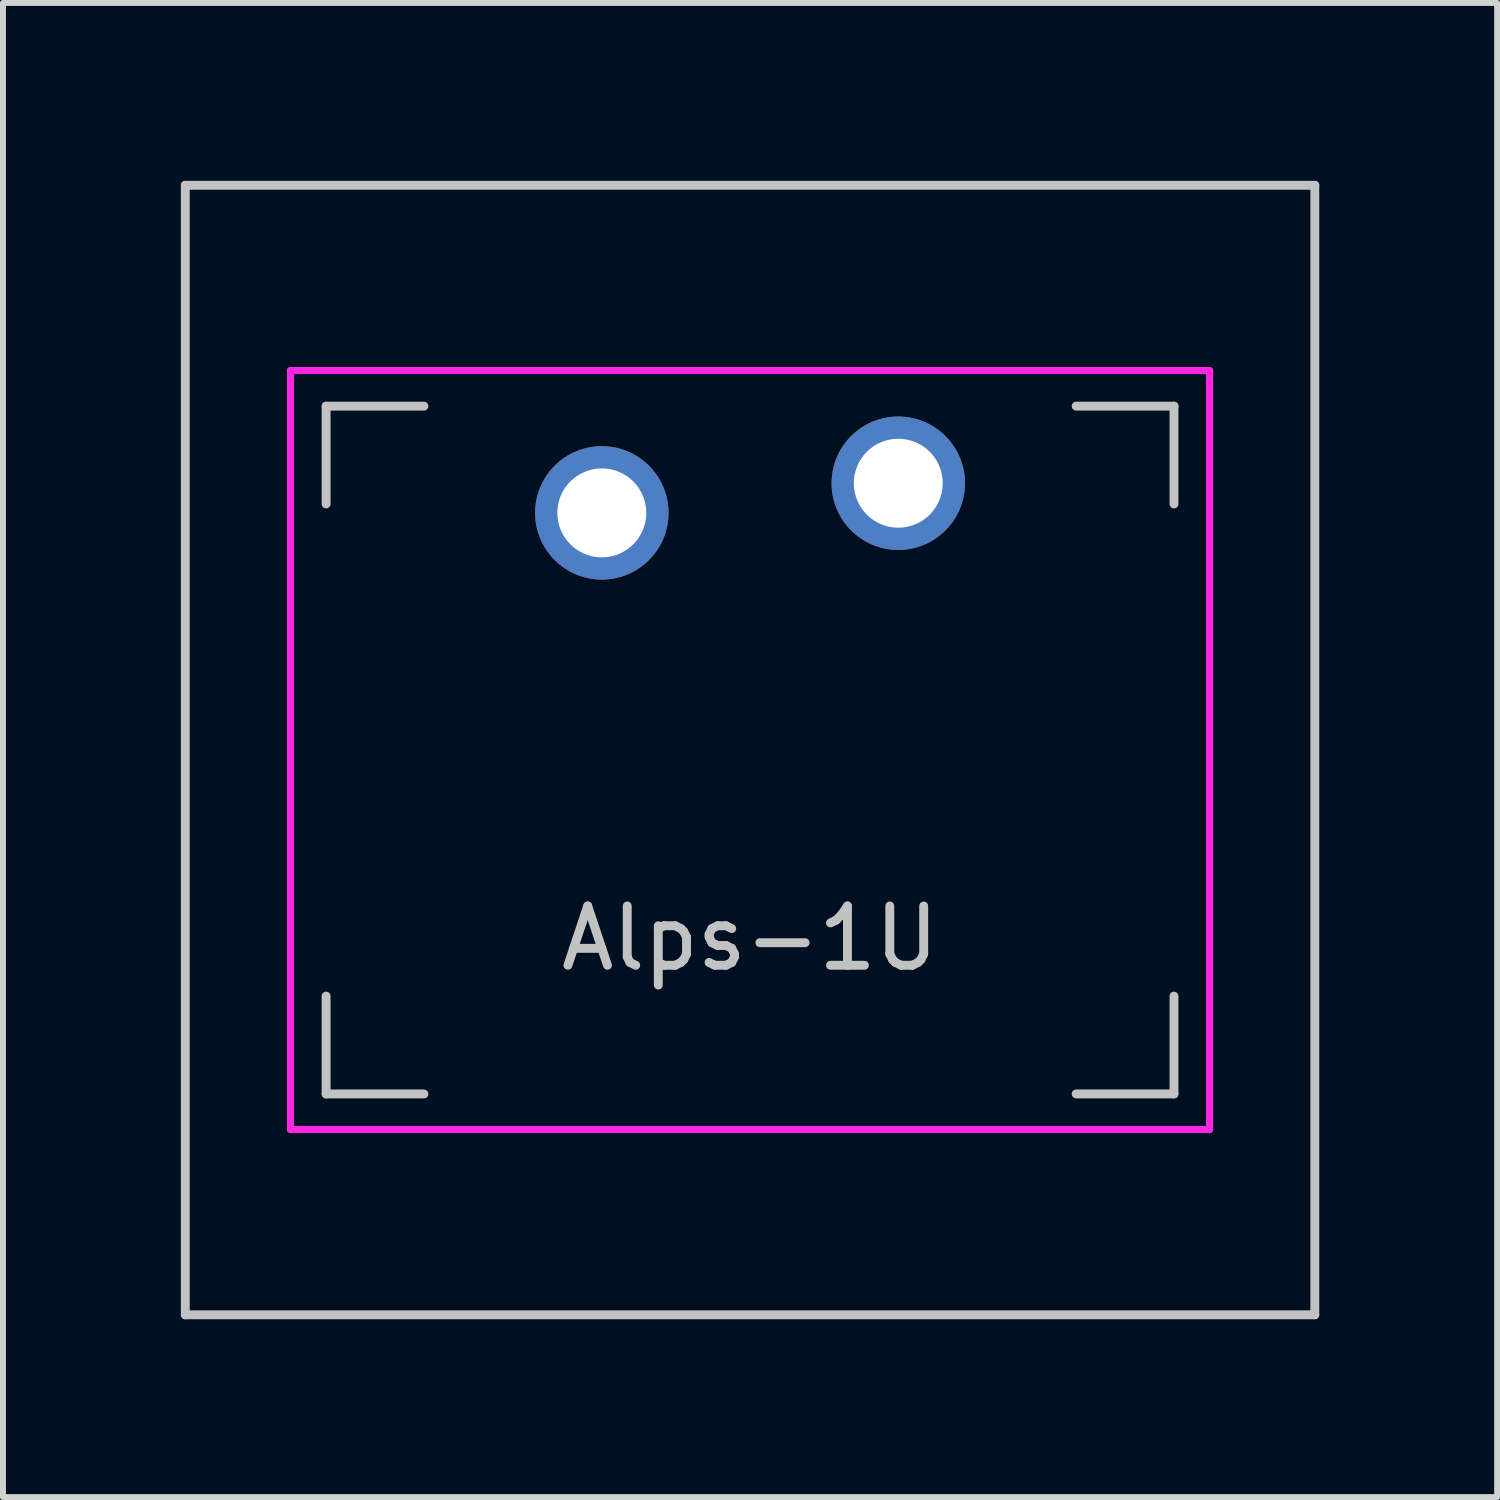
<source format=kicad_pcb>
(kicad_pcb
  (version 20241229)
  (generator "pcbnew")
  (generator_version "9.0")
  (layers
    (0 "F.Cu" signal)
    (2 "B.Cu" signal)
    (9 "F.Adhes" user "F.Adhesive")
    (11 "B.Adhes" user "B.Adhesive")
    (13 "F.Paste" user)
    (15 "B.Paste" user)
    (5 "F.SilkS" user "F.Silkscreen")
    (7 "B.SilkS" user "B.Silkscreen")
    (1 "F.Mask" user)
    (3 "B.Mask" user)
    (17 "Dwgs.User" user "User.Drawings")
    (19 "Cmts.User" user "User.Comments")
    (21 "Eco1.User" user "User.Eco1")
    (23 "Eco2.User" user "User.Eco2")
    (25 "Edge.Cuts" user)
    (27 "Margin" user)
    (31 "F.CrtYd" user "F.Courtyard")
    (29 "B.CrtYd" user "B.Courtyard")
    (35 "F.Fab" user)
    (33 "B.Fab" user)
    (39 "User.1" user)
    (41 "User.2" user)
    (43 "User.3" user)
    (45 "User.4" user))
  (footprint "Alps-1U"
    (layer "F.Cu")
    (at 9.6 9.6)
    (property "Reference" "Alps-1U" (at 0 3.175 0) (layer "Dwgs.User") (effects (font (size 1 1) (thickness 0.15))))
    (attr through_hole)
    (fp_line (start -9.525 -9.525) (end 9.525 -9.525) (stroke (width 0.12) (type solid)) (layer "F.SilkS"))
    (fp_line (start -9.525 9.525) (end -9.525 -9.525) (stroke (width 0.12) (type solid)) (layer "F.SilkS"))
    (fp_line (start -7.15 -5.8) (end -5.5 -5.8) (stroke (width 0.12) (type solid)) (layer "F.SilkS"))
    (fp_line (start -7.15 -4.15) (end -7.15 -5.8) (stroke (width 0.12) (type solid)) (layer "F.SilkS"))
    (fp_line (start -7.15 4.15) (end -7.15 5.8) (stroke (width 0.12) (type solid)) (layer "F.SilkS"))
    (fp_line (start -7.15 5.8) (end -5.5 5.8) (stroke (width 0.12) (type solid)) (layer "F.SilkS"))
    (fp_line (start 5.5 -5.8) (end 7.15 -5.8) (stroke (width 0.12) (type solid)) (layer "F.SilkS"))
    (fp_line (start 5.5 5.8) (end 7.15 5.8) (stroke (width 0.12) (type solid)) (layer "F.SilkS"))
    (fp_line (start 7.15 -4.15) (end 7.15 -5.8) (stroke (width 0.12) (type solid)) (layer "F.SilkS"))
    (fp_line (start 7.15 5.8) (end 7.15 4.15) (stroke (width 0.12) (type solid)) (layer "F.SilkS"))
    (fp_line (start 9.525 -9.525) (end 9.525 9.525) (stroke (width 0.12) (type solid)) (layer "F.SilkS"))
    (fp_line (start 9.525 9.525) (end -9.525 9.525) (stroke (width 0.12) (type solid)) (layer "F.SilkS"))
    (fp_line (start -9.525 -9.525) (end 9.525 -9.525) (stroke (width 0.15) (type solid)) (layer "Dwgs.User"))
    (fp_line (start -9.525 9.525) (end -9.525 -9.525) (stroke (width 0.15) (type solid)) (layer "Dwgs.User"))
    (fp_line (start -7.15 -5.8) (end -7.15 -4.15) (stroke (width 0.15) (type solid)) (layer "Dwgs.User"))
    (fp_line (start -7.15 4.15) (end -7.15 5.8) (stroke (width 0.15) (type solid)) (layer "Dwgs.User"))
    (fp_line (start -7.15 5.8) (end -5.5 5.8) (stroke (width 0.15) (type solid)) (layer "Dwgs.User"))
    (fp_line (start -5.5 -5.8) (end -7.15 -5.8) (stroke (width 0.15) (type solid)) (layer "Dwgs.User"))
    (fp_line (start 5.5 -5.8) (end 7.15 -5.8) (stroke (width 0.15) (type solid)) (layer "Dwgs.User"))
    (fp_line (start 5.5 5.8) (end 7.15 5.8) (stroke (width 0.15) (type solid)) (layer "Dwgs.User"))
    (fp_line (start 7.15 -4.15) (end 7.15 -5.8) (stroke (width 0.15) (type solid)) (layer "Dwgs.User"))
    (fp_line (start 7.15 5.8) (end 7.15 4.15) (stroke (width 0.15) (type solid)) (layer "Dwgs.User"))
    (fp_line (start 9.525 -9.525) (end 9.525 9.525) (stroke (width 0.15) (type solid)) (layer "Dwgs.User"))
    (fp_line (start 9.525 9.525) (end -9.525 9.525) (stroke (width 0.15) (type solid)) (layer "Dwgs.User"))
    (fp_line (start -7.75 -6.4) (end 7.75 -6.4) (stroke (width 0.12) (type solid)) (layer "F.CrtYd"))
    (fp_line (start -7.75 6.4) (end -7.75 -6.4) (stroke (width 0.12) (type solid)) (layer "F.CrtYd"))
    (fp_line (start 7.75 -6.4) (end 7.75 6.4) (stroke (width 0.12) (type solid)) (layer "F.CrtYd"))
    (fp_line (start 7.75 6.4) (end -7.75 6.4) (stroke (width 0.12) (type solid)) (layer "F.CrtYd"))
    (pad "1" thru_hole circle (at -2.5 -4) (size 2.25 2.25) (drill 1.5) (layers "*.Cu" "*.Mask"))
    (pad "2" thru_hole circle (at 2.5 -4.5) (size 2.25 2.25) (drill 1.5) (layers "*.Cu" "*.Mask")))
  (gr_rect
    (start -3 -3)
    (end 22.2 22.2)
    (stroke (width 0.1) (type default))
    (fill no)
    (layer "Edge.Cuts")))
</source>
